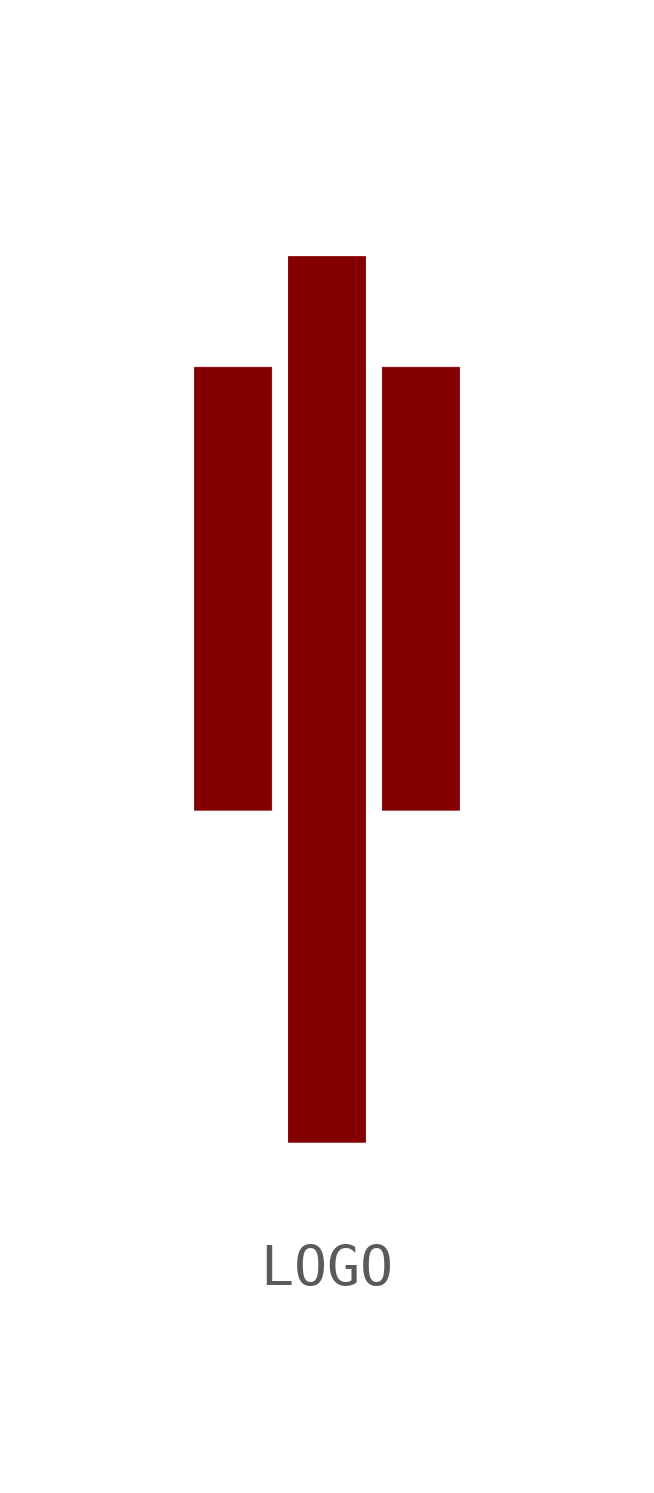
<source format=kicad_sym>
(kicad_symbol_lib
  (version 20211014)
  (generator kicad_symbol_editor)
  (symbol "LOGO"
    (pin_names
      (offset 1.016))
    (property "Reference" "G"
      (at 0 12.7 0)
      (effects (font (size 1.27 1.27)) hide))
    (symbol "LOGO_0_0"
      (polyline (pts (xy -1.307 7.905) (xy -3.141 7.905) (xy -3.141 -2.635) (xy -1.307 -2.635) (xy -1.307 7.905)) (stroke (width 0.01) (type default) (color 0 0 0 0)) (fill (type outline)))
      (polyline (pts (xy 0.927 10.539) (xy -0.906 10.539) (xy -0.906 -10.539) (xy 0.927 -10.539) (xy 0.927 10.539)) (stroke (width 0.01) (type default) (color 0 0 0 0)) (fill (type outline)))
      (polyline (pts (xy 3.162 7.905) (xy 1.328 7.905) (xy 1.328 -2.635) (xy 3.162 -2.635) (xy 3.162 7.905)) (stroke (width 0.01) (type default) (color 0 0 0 0)) (fill (type outline))))))
</source>
